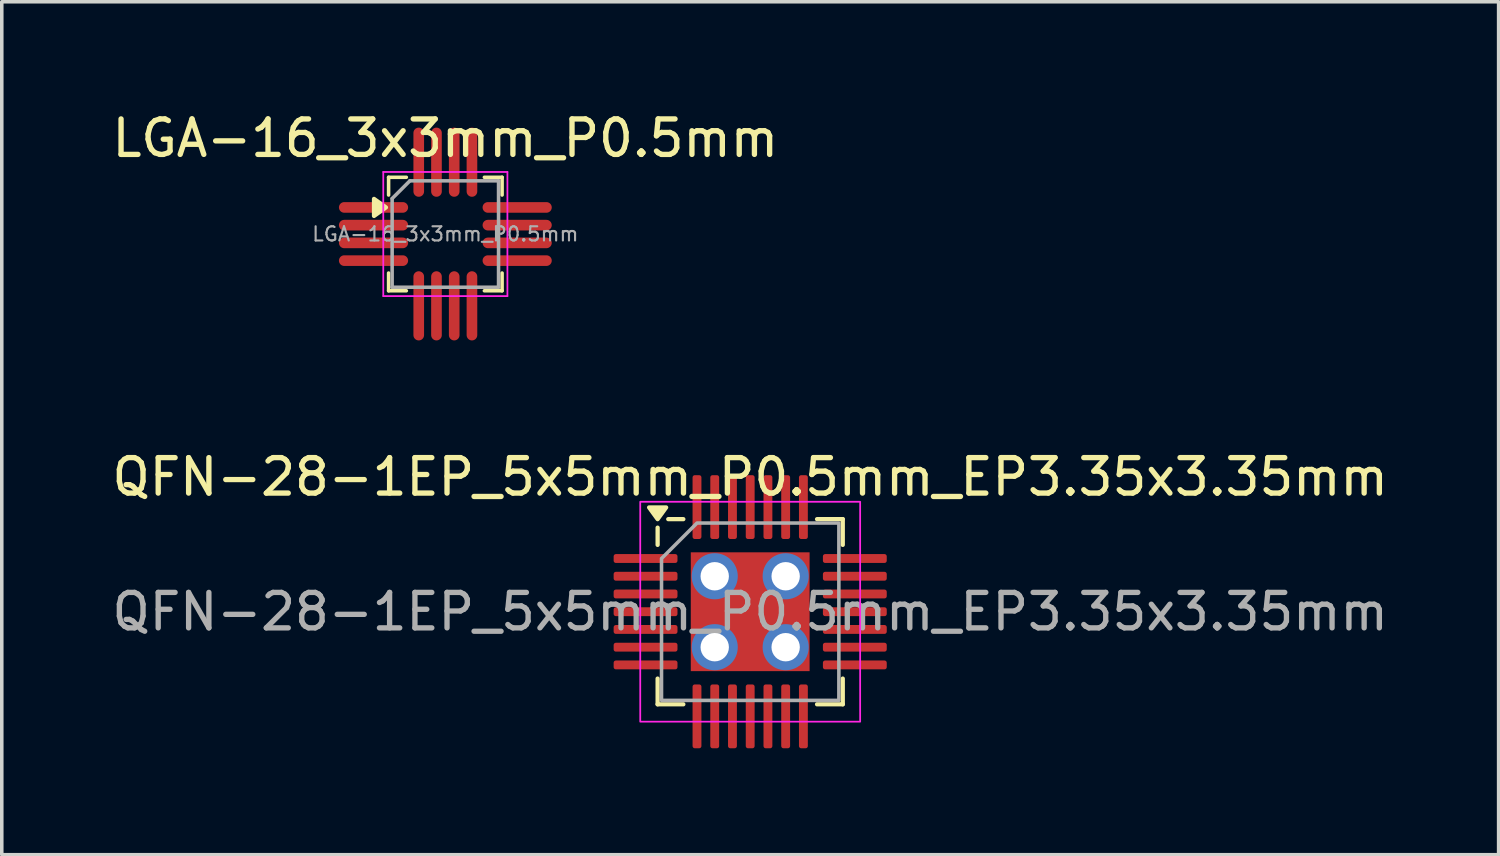
<source format=kicad_pcb>
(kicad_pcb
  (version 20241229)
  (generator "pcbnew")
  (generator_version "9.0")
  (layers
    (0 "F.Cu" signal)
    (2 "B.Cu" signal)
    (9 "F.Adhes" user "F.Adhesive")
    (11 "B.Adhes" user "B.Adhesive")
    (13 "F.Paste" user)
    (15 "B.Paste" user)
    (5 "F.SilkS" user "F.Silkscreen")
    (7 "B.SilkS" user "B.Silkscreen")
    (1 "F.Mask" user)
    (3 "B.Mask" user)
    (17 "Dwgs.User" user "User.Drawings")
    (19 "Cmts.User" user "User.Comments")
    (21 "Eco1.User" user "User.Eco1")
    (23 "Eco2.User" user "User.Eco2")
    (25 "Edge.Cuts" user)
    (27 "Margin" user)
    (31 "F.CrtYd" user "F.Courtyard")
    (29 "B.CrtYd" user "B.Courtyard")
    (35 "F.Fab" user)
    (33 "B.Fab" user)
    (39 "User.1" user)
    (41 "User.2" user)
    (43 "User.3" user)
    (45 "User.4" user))
  (footprint "QFN-28-1EP_5x5mm_P0.5mm_EP3.35x3.35mm"
    (layer "F.Cu")
    (at 18.101 14.197)
    (property "Reference" "QFN-28-1EP_5x5mm_P0.5mm_EP3.35x3.35mm" (at 0 -3.8 0) (layer "F.SilkS") (effects (font (size 1 1) (thickness 0.15))))
    (attr smd)
    (fp_line (start -2.61 -1.885) (end -2.61 -2.37) (stroke (width 0.12) (type solid)) (layer "F.SilkS"))
    (fp_line (start -2.61 2.61) (end -2.61 1.885) (stroke (width 0.12) (type solid)) (layer "F.SilkS"))
    (fp_line (start -1.885 -2.61) (end -2.31 -2.61) (stroke (width 0.12) (type solid)) (layer "F.SilkS"))
    (fp_line (start -1.885 2.61) (end -2.61 2.61) (stroke (width 0.12) (type solid)) (layer "F.SilkS"))
    (fp_line (start 1.885 -2.61) (end 2.61 -2.61) (stroke (width 0.12) (type solid)) (layer "F.SilkS"))
    (fp_line (start 1.885 2.61) (end 2.61 2.61) (stroke (width 0.12) (type solid)) (layer "F.SilkS"))
    (fp_line (start 2.61 -2.61) (end 2.61 -1.885) (stroke (width 0.12) (type solid)) (layer "F.SilkS"))
    (fp_line (start 2.61 2.61) (end 2.61 1.885) (stroke (width 0.12) (type solid)) (layer "F.SilkS"))
    (fp_poly (pts (xy -2.61 -2.61) (xy -2.85 -2.94) (xy -2.37 -2.94)) (stroke (width 0.12) (type solid)) (fill yes) (layer "F.SilkS"))
    (fp_rect (start -3.1 -3.1) (end 3.1 3.1) (stroke (width 0.05) (type solid)) (fill no) (layer "F.CrtYd"))
    (fp_poly (pts (xy -2.5 -1.5) (xy -2.5 2.5) (xy 2.5 2.5) (xy 2.5 -2.5) (xy -1.5 -2.5)) (stroke (width 0.1) (type solid)) (fill no) (layer "F.Fab"))
    (fp_text user "${REFERENCE}" (at 0 0 0) (layer "F.Fab") (effects (font (size 1 1) (thickness 0.15))))
    (pad "" smd roundrect (at -1.12 -1.12) (size 0.9 0.9) (layers "F.Paste") (roundrect_rratio 0.25))
    (pad "" smd roundrect (at -1.12 0) (size 0.9 0.9) (layers "F.Paste") (roundrect_rratio 0.25))
    (pad "" smd roundrect (at -1.12 1.12) (size 0.9 0.9) (layers "F.Paste") (roundrect_rratio 0.25))
    (pad "" smd roundrect (at 0 -1.12) (size 0.9 0.9) (layers "F.Paste") (roundrect_rratio 0.25))
    (pad "" smd roundrect (at 0 0) (size 0.9 0.9) (layers "F.Paste") (roundrect_rratio 0.25))
    (pad "" smd roundrect (at 0 1.12) (size 0.9 0.9) (layers "F.Paste") (roundrect_rratio 0.25))
    (pad "" smd roundrect (at 1.12 -1.12) (size 0.9 0.9) (layers "F.Paste") (roundrect_rratio 0.25))
    (pad "" smd roundrect (at 1.12 0) (size 0.9 0.9) (layers "F.Paste") (roundrect_rratio 0.25))
    (pad "" smd roundrect (at 1.12 1.12) (size 0.9 0.9) (layers "F.Paste") (roundrect_rratio 0.25))
    (pad "1" smd roundrect (at -2.95 -1.5) (size 1.8 0.25) (layers "F.Cu" "F.Mask" "F.Paste") (roundrect_rratio 0.25))
    (pad "2" smd roundrect (at -2.95 -1) (size 1.8 0.25) (layers "F.Cu" "F.Mask" "F.Paste") (roundrect_rratio 0.25))
    (pad "3" smd roundrect (at -2.95 -0.5) (size 1.8 0.25) (layers "F.Cu" "F.Mask" "F.Paste") (roundrect_rratio 0.25))
    (pad "4" smd roundrect (at -2.95 0) (size 1.8 0.25) (layers "F.Cu" "F.Mask" "F.Paste") (roundrect_rratio 0.25))
    (pad "5" smd roundrect (at -2.95 0.5) (size 1.8 0.25) (layers "F.Cu" "F.Mask" "F.Paste") (roundrect_rratio 0.25))
    (pad "6" smd roundrect (at -2.95 1) (size 1.8 0.25) (layers "F.Cu" "F.Mask" "F.Paste") (roundrect_rratio 0.25))
    (pad "7" smd roundrect (at -2.95 1.5) (size 1.8 0.25) (layers "F.Cu" "F.Mask" "F.Paste") (roundrect_rratio 0.25))
    (pad "8" smd roundrect (at -1.5 2.95) (size 0.25 1.8) (layers "F.Cu" "F.Mask" "F.Paste") (roundrect_rratio 0.25))
    (pad "9" smd roundrect (at -1 2.95) (size 0.25 1.8) (layers "F.Cu" "F.Mask" "F.Paste") (roundrect_rratio 0.25))
    (pad "10" smd roundrect (at -0.5 2.95) (size 0.25 1.8) (layers "F.Cu" "F.Mask" "F.Paste") (roundrect_rratio 0.25))
    (pad "11" smd roundrect (at 0 2.95) (size 0.25 1.8) (layers "F.Cu" "F.Mask" "F.Paste") (roundrect_rratio 0.25))
    (pad "12" smd roundrect (at 0.5 2.95) (size 0.25 1.8) (layers "F.Cu" "F.Mask" "F.Paste") (roundrect_rratio 0.25))
    (pad "13" smd roundrect (at 1 2.95) (size 0.25 1.8) (layers "F.Cu" "F.Mask" "F.Paste") (roundrect_rratio 0.25))
    (pad "14" smd roundrect (at 1.5 2.95) (size 0.25 1.8) (layers "F.Cu" "F.Mask" "F.Paste") (roundrect_rratio 0.25))
    (pad "15" smd roundrect (at 2.95 1.5) (size 1.8 0.25) (layers "F.Cu" "F.Mask" "F.Paste") (roundrect_rratio 0.25))
    (pad "16" smd roundrect (at 2.95 1) (size 1.8 0.25) (layers "F.Cu" "F.Mask" "F.Paste") (roundrect_rratio 0.25))
    (pad "17" smd roundrect (at 2.95 0.5) (size 1.8 0.25) (layers "F.Cu" "F.Mask" "F.Paste") (roundrect_rratio 0.25))
    (pad "18" smd roundrect (at 2.95 0) (size 1.8 0.25) (layers "F.Cu" "F.Mask" "F.Paste") (roundrect_rratio 0.25))
    (pad "19" smd roundrect (at 2.95 -0.5) (size 1.8 0.25) (layers "F.Cu" "F.Mask" "F.Paste") (roundrect_rratio 0.25))
    (pad "20" smd roundrect (at 2.95 -1) (size 1.8 0.25) (layers "F.Cu" "F.Mask" "F.Paste") (roundrect_rratio 0.25))
    (pad "21" smd roundrect (at 2.95 -1.5) (size 1.8 0.25) (layers "F.Cu" "F.Mask" "F.Paste") (roundrect_rratio 0.25))
    (pad "22" smd roundrect (at 1.5 -2.95) (size 0.25 1.8) (layers "F.Cu" "F.Mask" "F.Paste") (roundrect_rratio 0.25))
    (pad "23" smd roundrect (at 1 -2.95) (size 0.25 1.8) (layers "F.Cu" "F.Mask" "F.Paste") (roundrect_rratio 0.25))
    (pad "24" smd roundrect (at 0.5 -2.95) (size 0.25 1.8) (layers "F.Cu" "F.Mask" "F.Paste") (roundrect_rratio 0.25))
    (pad "25" smd roundrect (at 0 -2.95) (size 0.25 1.8) (layers "F.Cu" "F.Mask" "F.Paste") (roundrect_rratio 0.25))
    (pad "26" smd roundrect (at -0.5 -2.95) (size 0.25 1.8) (layers "F.Cu" "F.Mask" "F.Paste") (roundrect_rratio 0.25))
    (pad "27" smd roundrect (at -1 -2.95) (size 0.25 1.8) (layers "F.Cu" "F.Mask" "F.Paste") (roundrect_rratio 0.25))
    (pad "28" smd roundrect (at -1.5 -2.95) (size 0.25 1.8) (layers "F.Cu" "F.Mask" "F.Paste") (roundrect_rratio 0.25))
    (pad "29" thru_hole circle (at -1 -1) (size 1.3 1.3) (drill 0.8) (property pad_prop_heatsink) (layers "*.Cu"))
    (pad "29" thru_hole circle (at -1 1) (size 1.3 1.3) (drill 0.8) (property pad_prop_heatsink) (layers "*.Cu"))
    (pad "29" smd rect (at 0 0) (size 3.35 3.35) (property pad_prop_heatsink) (layers "F.Cu" "F.Mask"))
    (pad "29" thru_hole circle (at 1 -1) (size 1.3 1.3) (drill 0.8) (property pad_prop_heatsink) (layers "*.Cu"))
    (pad "29" thru_hole circle (at 1 1) (size 1.3 1.3) (drill 0.8) (property pad_prop_heatsink) (layers "*.Cu")))
  (footprint "LGA-16_3x3mm_P0.5mm"
    (layer "F.Cu")
    (at 9.506 3.548)
    (property "Reference" "LGA-16_3x3mm_P0.5mm" (at 0 -2.7 0) (layer "F.SilkS") (effects (font (size 1 1) (thickness 0.15))))
    (attr smd)
    (fp_line (start -1.6 -1.6) (end -1.6 -1.1) (stroke (width 0.1) (type solid)) (layer "F.SilkS"))
    (fp_line (start -1.6 -1.6) (end -1.1 -1.6) (stroke (width 0.1) (type solid)) (layer "F.SilkS"))
    (fp_line (start -1.6 1.6) (end -1.6 1.1) (stroke (width 0.1) (type solid)) (layer "F.SilkS"))
    (fp_line (start -1.6 1.6) (end -1.1 1.6) (stroke (width 0.1) (type solid)) (layer "F.SilkS"))
    (fp_line (start 1.1 -1.6) (end 1.6 -1.6) (stroke (width 0.1) (type solid)) (layer "F.SilkS"))
    (fp_line (start 1.6 -1.6) (end 1.6 -1.1) (stroke (width 0.1) (type solid)) (layer "F.SilkS"))
    (fp_line (start 1.6 1.6) (end 1.1 1.6) (stroke (width 0.1) (type solid)) (layer "F.SilkS"))
    (fp_line (start 1.6 1.6) (end 1.6 1.1) (stroke (width 0.1) (type solid)) (layer "F.SilkS"))
    (fp_poly (pts (xy -1.675 -0.75) (xy -2.011 -0.51) (xy -2.011 -0.99) (xy -1.675 -0.75)) (stroke (width 0.12) (type solid)) (fill yes) (layer "F.SilkS"))
    (fp_line (start -1.75 -1.75) (end 1.75 -1.75) (stroke (width 0.05) (type solid)) (layer "F.CrtYd"))
    (fp_line (start -1.75 1.75) (end -1.75 -1.75) (stroke (width 0.05) (type solid)) (layer "F.CrtYd"))
    (fp_line (start 1.75 -1.75) (end 1.75 1.75) (stroke (width 0.05) (type solid)) (layer "F.CrtYd"))
    (fp_line (start 1.75 1.75) (end -1.75 1.75) (stroke (width 0.05) (type solid)) (layer "F.CrtYd"))
    (fp_line (start -1.5 -1) (end -1 -1.5) (stroke (width 0.1) (type solid)) (layer "F.Fab"))
    (fp_line (start -1.5 1.5) (end -1.5 -1) (stroke (width 0.1) (type solid)) (layer "F.Fab"))
    (fp_line (start -1 -1.5) (end 1.5 -1.5) (stroke (width 0.1) (type solid)) (layer "F.Fab"))
    (fp_line (start 1.5 -1.5) (end 1.5 1.5) (stroke (width 0.1) (type solid)) (layer "F.Fab"))
    (fp_line (start 1.5 1.5) (end -1.5 1.5) (stroke (width 0.1) (type solid)) (layer "F.Fab"))
    (fp_text user "${REFERENCE}" (at 0 0 180) (layer "F.Fab") (effects (font (size 0.4 0.4) (thickness 0.06))))
    (pad "1" smd oval (at -2.025 -0.75 90) (size 0.3 1.95) (layers "F.Cu" "F.Mask" "F.Paste"))
    (pad "2" smd oval (at -2.025 -0.25 90) (size 0.3 1.95) (layers "F.Cu" "F.Mask" "F.Paste"))
    (pad "3" smd oval (at -2.025 0.25 90) (size 0.3 1.95) (layers "F.Cu" "F.Mask" "F.Paste"))
    (pad "4" smd oval (at -2.025 0.75 90) (size 0.3 1.95) (layers "F.Cu" "F.Mask" "F.Paste"))
    (pad "5" smd oval (at -0.75 2.025) (size 0.3 1.95) (layers "F.Cu" "F.Mask" "F.Paste"))
    (pad "6" smd oval (at -0.25 2.025) (size 0.3 1.95) (layers "F.Cu" "F.Mask" "F.Paste"))
    (pad "7" smd oval (at 0.25 2.025) (size 0.3 1.95) (layers "F.Cu" "F.Mask" "F.Paste"))
    (pad "8" smd oval (at 0.75 2.025) (size 0.3 1.95) (layers "F.Cu" "F.Mask" "F.Paste"))
    (pad "9" smd oval (at 2.025 0.75 90) (size 0.3 1.95) (layers "F.Cu" "F.Mask" "F.Paste"))
    (pad "10" smd oval (at 2.025 0.25 90) (size 0.3 1.95) (layers "F.Cu" "F.Mask" "F.Paste"))
    (pad "11" smd oval (at 2.025 -0.25 90) (size 0.3 1.95) (layers "F.Cu" "F.Mask" "F.Paste"))
    (pad "12" smd oval (at 2.025 -0.75 90) (size 0.3 1.95) (layers "F.Cu" "F.Mask" "F.Paste"))
    (pad "13" smd oval (at 0.75 -2.025) (size 0.3 1.95) (layers "F.Cu" "F.Mask" "F.Paste"))
    (pad "14" smd oval (at 0.25 -2.025) (size 0.3 1.95) (layers "F.Cu" "F.Mask" "F.Paste"))
    (pad "15" smd oval (at -0.25 -2.025) (size 0.3 1.95) (layers "F.Cu" "F.Mask" "F.Paste"))
    (pad "16" smd oval (at -0.75 -2.025) (size 0.3 1.95) (layers "F.Cu" "F.Mask" "F.Paste")))
  (gr_rect
    (start -3 -3)
    (end 39.202 21.047)
    (stroke (width 0.1) (type default))
    (fill no)
    (layer "Edge.Cuts")))
</source>
